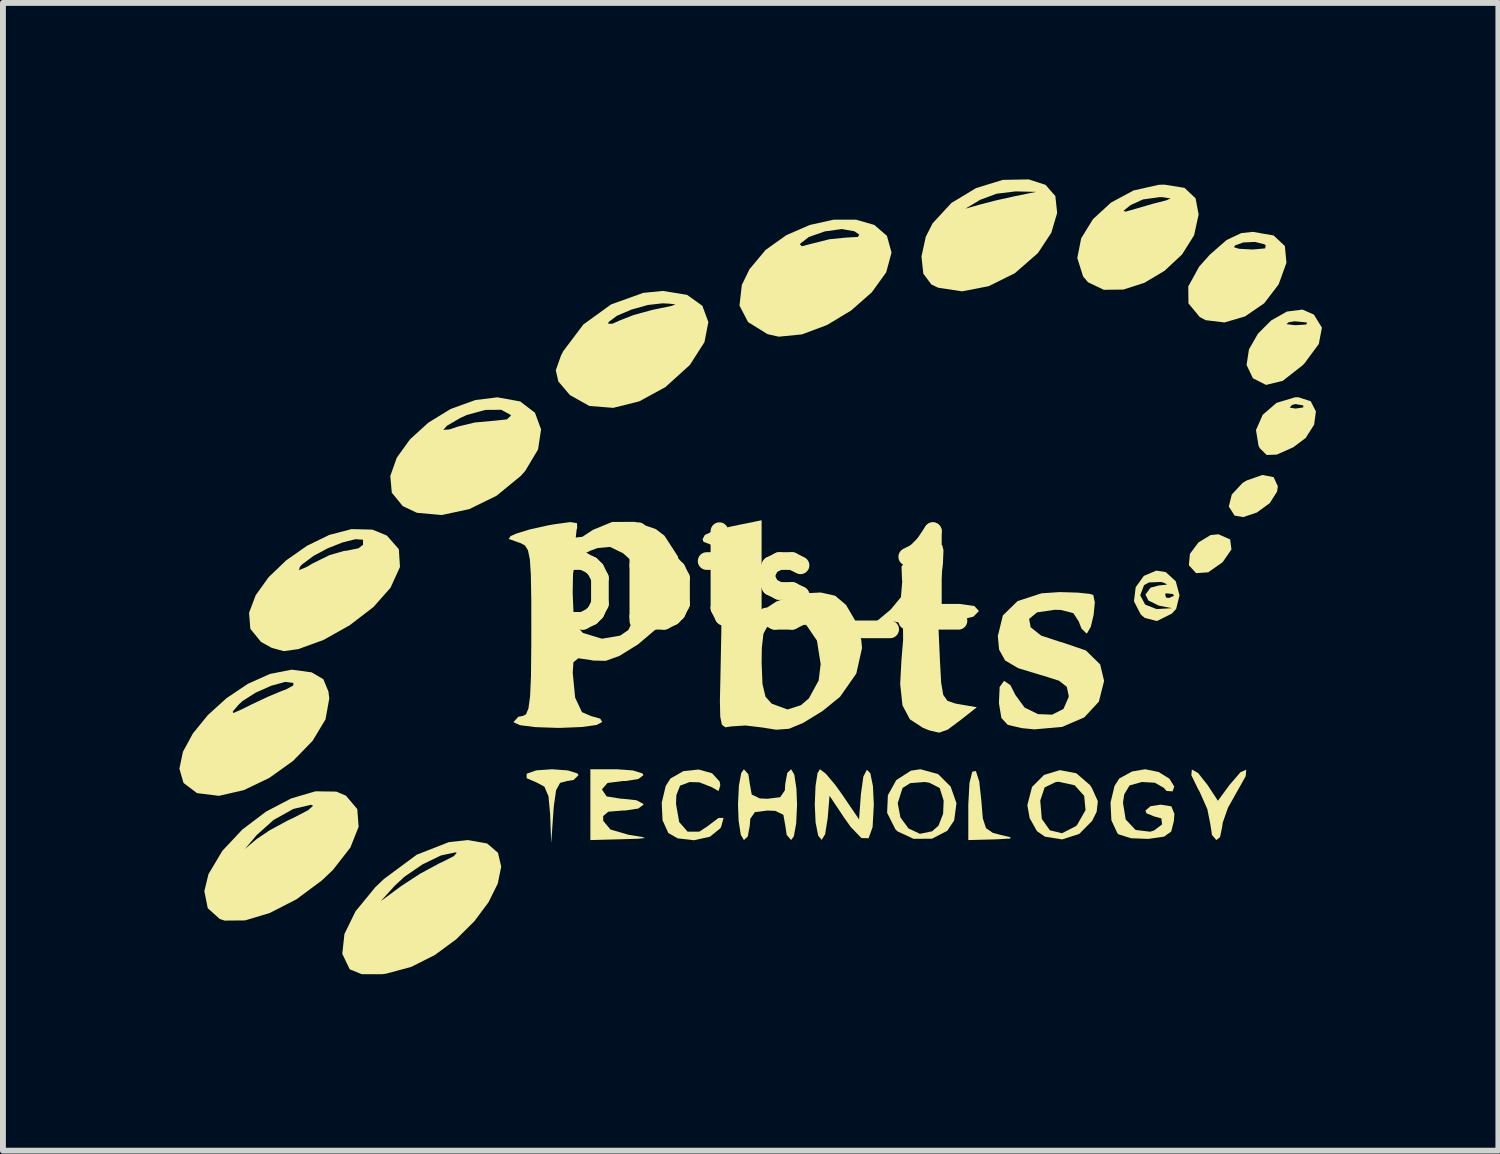
<source format=kicad_pcb>
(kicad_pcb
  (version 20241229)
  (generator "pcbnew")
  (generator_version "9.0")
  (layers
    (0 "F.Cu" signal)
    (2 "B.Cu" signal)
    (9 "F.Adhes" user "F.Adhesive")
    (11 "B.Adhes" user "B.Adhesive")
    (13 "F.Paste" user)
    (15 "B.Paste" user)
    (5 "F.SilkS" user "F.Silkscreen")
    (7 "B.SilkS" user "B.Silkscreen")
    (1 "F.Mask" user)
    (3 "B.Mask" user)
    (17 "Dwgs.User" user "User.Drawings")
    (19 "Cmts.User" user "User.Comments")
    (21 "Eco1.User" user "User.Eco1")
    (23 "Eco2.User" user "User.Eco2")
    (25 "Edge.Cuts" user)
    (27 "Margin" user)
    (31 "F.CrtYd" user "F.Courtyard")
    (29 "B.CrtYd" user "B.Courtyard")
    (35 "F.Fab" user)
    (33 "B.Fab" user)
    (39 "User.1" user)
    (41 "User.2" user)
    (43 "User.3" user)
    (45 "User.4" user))
  (footprint "pbts_1"
    (layer "F.Cu")
    (at 9.798 6.815)
    (property "Reference" "pbts_1" (at 0 0 0) (layer "F.SilkS") (effects (font (size 1.524 1.524) (thickness 0.3))))
    (attr board_only exclude_from_pos_files exclude_from_bom)
    (fp_poly (pts (xy 8.066 -0.693) (xy 8.088 -0.524) (xy 7.938 -0.307) (xy 7.693 -0.135) (xy 7.487 -0.121) (xy 7.364 -0.255) (xy 7.382 -0.449) (xy 7.526 -0.642) (xy 7.732 -0.768) (xy 7.868 -0.782)) (stroke (width 0) (type solid)) (fill yes) (layer "F.SilkS"))
    (fp_poly (pts (xy 8.805 -1.753) (xy 8.877 -1.597) (xy 8.864 -1.508) (xy 8.74 -1.312) (xy 8.521 -1.152) (xy 8.287 -1.074) (xy 8.141 -1.099) (xy 8.043 -1.254) (xy 8.094 -1.458) (xy 8.276 -1.653) (xy 8.343 -1.695) (xy 8.614 -1.79)) (stroke (width 0) (type solid)) (fill yes) (layer "F.SilkS"))
    (fp_poly (pts (xy 3.8 3.421) (xy 3.835 3.739) (xy 3.861 4.049) (xy 3.916 4.215) (xy 4.032 4.295) (xy 4.166 4.33) (xy 4.331 4.369) (xy 4.328 4.391) (xy 4.142 4.402) (xy 4.041 4.406) (xy 3.614 4.417) (xy 3.614 3.815) (xy 3.634 3.447) (xy 3.682 3.254) (xy 3.743 3.244)) (stroke (width 0) (type solid)) (fill yes) (layer "F.SilkS"))
    (fp_poly (pts (xy -3.194 3.233) (xy -3.033 3.283) (xy -3.012 3.313) (xy -3.096 3.395) (xy -3.207 3.413) (xy -3.326 3.445) (xy -3.394 3.57) (xy -3.432 3.837) (xy -3.44 3.941) (xy -3.477 4.468) (xy -3.495 3.981) (xy -3.523 3.673) (xy -3.592 3.51) (xy -3.715 3.443) (xy -3.894 3.365) (xy -3.894 3.289) (xy -3.732 3.232) (xy -3.464 3.213)) (stroke (width 0) (type solid)) (fill yes) (layer "F.SilkS"))
    (fp_poly (pts (xy 7.521 3.277) (xy 7.682 3.481) (xy 7.858 3.749) (xy 8.054 3.481) (xy 8.241 3.264) (xy 8.34 3.22) (xy 8.33 3.331) (xy 8.19 3.581) (xy 8.186 3.587) (xy 8.028 3.869) (xy 7.939 4.124) (xy 7.931 4.19) (xy 7.894 4.367) (xy 7.831 4.417) (xy 7.757 4.331) (xy 7.73 4.153) (xy 7.678 3.892) (xy 7.547 3.595) (xy 7.521 3.551) (xy 7.406 3.314) (xy 7.415 3.218)) (stroke (width 0) (type solid)) (fill yes) (layer "F.SilkS"))
    (fp_poly (pts (xy 9.435 -3.044) (xy 9.524 -2.871) (xy 9.494 -2.646) (xy 9.35 -2.419) (xy 9.139 -2.261) (xy 8.858 -2.136) (xy 8.686 -2.13) (xy 8.57 -2.245) (xy 8.549 -2.284) (xy 8.505 -2.554) (xy 8.62 -2.814) (xy 8.761 -2.935) (xy 9.079 -2.935) (xy 9.178 -2.919) (xy 9.308 -2.938) (xy 9.31 -2.972) (xy 9.175 -2.996) (xy 9.117 -2.98) (xy 9.079 -2.935) (xy 8.761 -2.935) (xy 8.853 -3.015) (xy 9.167 -3.11) (xy 9.224 -3.112)) (stroke (width 0) (type solid)) (fill yes) (layer "F.SilkS"))
    (fp_poly (pts (xy 1.192 3.289) (xy 1.356 3.484) (xy 1.467 3.639) (xy 1.757 4.066) (xy 1.788 3.639) (xy 1.83 3.338) (xy 1.889 3.222) (xy 1.948 3.28) (xy 1.993 3.499) (xy 2.008 3.815) (xy 1.987 4.197) (xy 1.919 4.386) (xy 1.797 4.383) (xy 1.615 4.194) (xy 1.506 4.04) (xy 1.255 3.664) (xy 1.224 4.041) (xy 1.18 4.319) (xy 1.121 4.414) (xy 1.062 4.341) (xy 1.018 4.117) (xy 1.004 3.815) (xy 1.017 3.497) (xy 1.051 3.279) (xy 1.091 3.213)) (stroke (width 0) (type solid)) (fill yes) (layer "F.SilkS"))
    (fp_poly (pts (xy 9.489 -4.517) (xy 9.626 -4.294) (xy 9.573 -4.017) (xy 9.331 -3.689) (xy 9.297 -3.654) (xy 8.961 -3.391) (xy 8.676 -3.321) (xy 8.453 -3.434) (xy 8.345 -3.66) (xy 8.386 -3.926) (xy 8.538 -4.191) (xy 8.701 -4.355) (xy 9.022 -4.355) (xy 9.155 -4.337) (xy 9.186 -4.337) (xy 9.358 -4.347) (xy 9.373 -4.379) (xy 9.364 -4.383) (xy 9.164 -4.403) (xy 9.063 -4.387) (xy 9.022 -4.355) (xy 8.701 -4.355) (xy 8.765 -4.418) (xy 9.03 -4.568) (xy 9.295 -4.602)) (stroke (width 0) (type solid)) (fill yes) (layer "F.SilkS"))
    (fp_poly (pts (xy -0.742 3.281) (xy -0.612 3.424) (xy -0.602 3.487) (xy -0.632 3.584) (xy -0.747 3.518) (xy -0.747 3.518) (xy -0.959 3.435) (xy -1.124 3.431) (xy -1.286 3.492) (xy -1.349 3.653) (xy -1.355 3.804) (xy -1.301 4.11) (xy -1.158 4.274) (xy -0.959 4.274) (xy -0.826 4.187) (xy -0.632 4.041) (xy -0.547 4.041) (xy -0.586 4.186) (xy -0.602 4.217) (xy -0.778 4.36) (xy -1.05 4.42) (xy -1.327 4.388) (xy -1.486 4.297) (xy -1.584 4.081) (xy -1.598 3.783) (xy -1.531 3.499) (xy -1.449 3.37) (xy -1.229 3.245) (xy -0.97 3.218)) (stroke (width 0) (type solid)) (fill yes) (layer "F.SilkS"))
    (fp_poly (pts (xy 8.804 -5.862) (xy 8.996 -5.683) (xy 9.023 -5.397) (xy 8.89 -5.03) (xy 8.645 -4.709) (xy 8.32 -4.486) (xy 7.97 -4.383) (xy 7.648 -4.422) (xy 7.548 -4.476) (xy 7.357 -4.707) (xy 7.354 -4.995) (xy 7.539 -5.332) (xy 7.719 -5.534) (xy 7.864 -5.661) (xy 8.132 -5.661) (xy 8.22 -5.635) (xy 8.434 -5.624) (xy 8.458 -5.624) (xy 8.661 -5.642) (xy 8.67 -5.696) (xy 8.648 -5.712) (xy 8.488 -5.752) (xy 8.289 -5.743) (xy 8.15 -5.693) (xy 8.132 -5.661) (xy 7.864 -5.661) (xy 8.006 -5.785) (xy 8.255 -5.902) (xy 8.452 -5.923)) (stroke (width 0) (type solid)) (fill yes) (layer "F.SilkS"))
    (fp_poly (pts (xy 3.102 3.296) (xy 3.314 3.508) (xy 3.413 3.79) (xy 3.374 4.083) (xy 3.256 4.26) (xy 2.996 4.394) (xy 2.683 4.396) (xy 2.412 4.27) (xy 2.375 4.234) (xy 2.234 3.954) (xy 2.241 3.79) (xy 2.414 3.79) (xy 2.46 4.032) (xy 2.598 4.219) (xy 2.791 4.311) (xy 2.999 4.268) (xy 3.107 4.172) (xy 3.186 3.97) (xy 3.195 3.746) (xy 3.128 3.532) (xy 2.951 3.442) (xy 2.872 3.43) (xy 2.628 3.449) (xy 2.497 3.531) (xy 2.414 3.79) (xy 2.241 3.79) (xy 2.247 3.655) (xy 2.39 3.397) (xy 2.639 3.237) (xy 2.801 3.213)) (stroke (width 0) (type solid)) (fill yes) (layer "F.SilkS"))
    (fp_poly (pts (xy 5.45 3.281) (xy 5.685 3.484) (xy 5.719 3.539) (xy 5.817 3.758) (xy 5.796 3.937) (xy 5.719 4.091) (xy 5.501 4.312) (xy 5.209 4.406) (xy 4.917 4.359) (xy 4.781 4.265) (xy 4.657 4.043) (xy 4.618 3.823) (xy 4.638 3.746) (xy 4.837 3.746) (xy 4.864 4.057) (xy 5.001 4.251) (xy 5.207 4.301) (xy 5.442 4.181) (xy 5.464 4.159) (xy 5.607 3.908) (xy 5.584 3.665) (xy 5.422 3.485) (xy 5.15 3.426) (xy 5.101 3.431) (xy 4.912 3.522) (xy 4.837 3.746) (xy 4.638 3.746) (xy 4.698 3.514) (xy 4.901 3.31) (xy 5.17 3.228)) (stroke (width 0) (type solid)) (fill yes) (layer "F.SilkS"))
    (fp_poly (pts (xy -2.09 3.233) (xy -1.928 3.283) (xy -1.908 3.313) (xy -1.996 3.379) (xy -2.213 3.413) (xy -2.259 3.413) (xy -2.519 3.446) (xy -2.61 3.55) (xy -2.61 3.564) (xy -2.534 3.675) (xy -2.291 3.714) (xy -2.259 3.715) (xy -2.027 3.74) (xy -1.911 3.802) (xy -1.908 3.815) (xy -1.996 3.881) (xy -2.214 3.914) (xy -2.266 3.915) (xy -2.507 3.935) (xy -2.594 4.01) (xy -2.592 4.091) (xy -2.469 4.238) (xy -2.162 4.327) (xy -2.158 4.328) (xy -1.937 4.363) (xy -1.882 4.383) (xy -2.006 4.395) (xy -2.284 4.403) (xy -2.811 4.417) (xy -2.811 3.213) (xy -2.359 3.213)) (stroke (width 0) (type solid)) (fill yes) (layer "F.SilkS"))
    (fp_poly (pts (xy 7.29 -6.671) (xy 7.478 -6.494) (xy 7.53 -6.219) (xy 7.453 -5.865) (xy 7.248 -5.539) (xy 6.953 -5.263) (xy 6.608 -5.057) (xy 6.25 -4.942) (xy 5.918 -4.938) (xy 5.65 -5.066) (xy 5.566 -5.165) (xy 5.467 -5.478) (xy 5.533 -5.813) (xy 5.733 -6.138) (xy 5.887 -6.28) (xy 6.253 -6.28) (xy 6.289 -6.267) (xy 6.475 -6.32) (xy 6.761 -6.403) (xy 6.977 -6.458) (xy 7.053 -6.491) (xy 6.93 -6.511) (xy 6.871 -6.514) (xy 6.582 -6.474) (xy 6.369 -6.376) (xy 6.253 -6.28) (xy 5.887 -6.28) (xy 6.039 -6.42) (xy 6.421 -6.626) (xy 6.85 -6.723) (xy 6.947 -6.726)) (stroke (width 0) (type solid)) (fill yes) (layer "F.SilkS"))
    (fp_poly (pts (xy 0.656 3.304) (xy 0.692 3.543) (xy 0.703 3.815) (xy 0.688 4.136) (xy 0.648 4.353) (xy 0.602 4.417) (xy 0.527 4.331) (xy 0.502 4.166) (xy 0.47 3.987) (xy 0.332 3.921) (xy 0.201 3.915) (xy -0.014 3.942) (xy -0.093 4.057) (xy -0.1 4.166) (xy -0.135 4.355) (xy -0.201 4.417) (xy -0.254 4.326) (xy -0.291 4.087) (xy -0.301 3.815) (xy -0.286 3.494) (xy -0.246 3.277) (xy -0.201 3.213) (xy -0.125 3.299) (xy -0.1 3.464) (xy -0.068 3.643) (xy 0.07 3.709) (xy 0.201 3.715) (xy 0.416 3.688) (xy 0.495 3.573) (xy 0.502 3.464) (xy 0.536 3.275) (xy 0.602 3.213)) (stroke (width 0) (type solid)) (fill yes) (layer "F.SilkS"))
    (fp_poly (pts (xy 4.926 -6.723) (xy 5.094 -6.532) (xy 5.125 -6.245) (xy 5.025 -5.907) (xy 4.799 -5.564) (xy 4.795 -5.56) (xy 4.405 -5.22) (xy 3.959 -4.999) (xy 3.509 -4.912) (xy 3.103 -4.973) (xy 2.987 -5.028) (xy 2.849 -5.213) (xy 2.818 -5.505) (xy 2.891 -5.839) (xy 3.007 -6.068) (xy 3.237 -6.317) (xy 3.564 -6.317) (xy 3.815 -6.388) (xy 4.094 -6.46) (xy 4.414 -6.531) (xy 4.417 -6.532) (xy 4.769 -6.603) (xy 4.417 -6.611) (xy 4.096 -6.572) (xy 3.816 -6.468) (xy 3.815 -6.468) (xy 3.564 -6.317) (xy 3.237 -6.317) (xy 3.328 -6.415) (xy 3.745 -6.667) (xy 4.2 -6.807) (xy 4.64 -6.815)) (stroke (width 0) (type solid)) (fill yes) (layer "F.SilkS"))
    (fp_poly (pts (xy 2.016 -6.041) (xy 2.231 -5.855) (xy 2.309 -5.571) (xy 2.218 -5.234) (xy 1.974 -4.896) (xy 1.623 -4.587) (xy 1.212 -4.339) (xy 0.786 -4.18) (xy 0.392 -4.141) (xy 0.201 -4.184) (xy -0.13 -4.389) (xy -0.276 -4.67) (xy -0.236 -5.021) (xy -0.106 -5.288) (xy 0.167 -5.615) (xy 0.308 -5.716) (xy 0.749 -5.716) (xy 0.783 -5.678) (xy 0.955 -5.723) (xy 1.255 -5.798) (xy 1.538 -5.826) (xy 1.738 -5.837) (xy 1.76 -5.877) (xy 1.678 -5.933) (xy 1.465 -5.971) (xy 1.175 -5.931) (xy 0.903 -5.836) (xy 0.749 -5.716) (xy 0.308 -5.716) (xy 0.521 -5.867) (xy 0.918 -6.04) (xy 1.324 -6.13) (xy 1.702 -6.131)) (stroke (width 0) (type solid)) (fill yes) (layer "F.SilkS"))
    (fp_poly (pts (xy -7.131 3.593) (xy -6.967 3.662) (xy -6.774 3.89) (xy -6.751 4.191) (xy -6.891 4.544) (xy -7.188 4.925) (xy -7.375 5.103) (xy -7.808 5.424) (xy -8.26 5.656) (xy -8.682 5.783) (xy -9.029 5.786) (xy -9.112 5.759) (xy -9.316 5.575) (xy -9.374 5.286) (xy -9.304 4.997) (xy -9.068 4.6) (xy -9.038 4.568) (xy -8.684 4.568) (xy -8.482 4.398) (xy -8.267 4.253) (xy -7.962 4.087) (xy -7.829 4.024) (xy -7.609 3.909) (xy -7.525 3.834) (xy -7.56 3.817) (xy -7.861 3.888) (xy -8.197 4.075) (xy -8.484 4.332) (xy -8.684 4.568) (xy -9.038 4.568) (xy -8.728 4.238) (xy -8.325 3.933) (xy -7.897 3.709) (xy -7.486 3.588)) (stroke (width 0) (type solid)) (fill yes) (layer "F.SilkS"))
    (fp_poly (pts (xy -4.004 -3.04) (xy -3.753 -2.848) (xy -3.649 -2.565) (xy -3.7 -2.225) (xy -3.918 -1.86) (xy -3.992 -1.776) (xy -4.407 -1.436) (xy -4.871 -1.209) (xy -5.338 -1.109) (xy -5.76 -1.147) (xy -6.001 -1.261) (xy -6.187 -1.489) (xy -6.213 -1.772) (xy -6.103 -2.082) (xy -5.879 -2.394) (xy -5.701 -2.557) (xy -5.311 -2.557) (xy -5.208 -2.564) (xy -5.063 -2.613) (xy -4.777 -2.682) (xy -4.455 -2.711) (xy -4.23 -2.735) (xy -4.161 -2.799) (xy -4.166 -2.811) (xy -4.326 -2.898) (xy -4.597 -2.896) (xy -4.911 -2.81) (xy -5.025 -2.758) (xy -5.249 -2.627) (xy -5.311 -2.557) (xy -5.701 -2.557) (xy -5.566 -2.679) (xy -5.187 -2.912) (xy -4.766 -3.064) (xy -4.392 -3.11)) (stroke (width 0) (type solid)) (fill yes) (layer "F.SilkS"))
    (fp_poly (pts (xy -4.566 4.475) (xy -4.382 4.633) (xy -4.327 4.868) (xy -4.385 5.156) (xy -4.542 5.473) (xy -4.783 5.797) (xy -5.092 6.104) (xy -5.455 6.371) (xy -5.856 6.573) (xy -6.282 6.688) (xy -6.346 6.697) (xy -6.699 6.697) (xy -6.902 6.614) (xy -7.029 6.351) (xy -6.992 6.013) (xy -6.803 5.627) (xy -6.662 5.456) (xy -6.375 5.456) (xy -6.024 5.197) (xy -5.704 4.988) (xy -5.372 4.809) (xy -5.321 4.786) (xy -5.132 4.69) (xy -5.083 4.633) (xy -5.105 4.626) (xy -5.35 4.678) (xy -5.664 4.83) (xy -5.97 5.039) (xy -6.137 5.193) (xy -6.375 5.456) (xy -6.662 5.456) (xy -6.469 5.22) (xy -6.32 5.078) (xy -5.763 4.666) (xy -5.217 4.452) (xy -4.892 4.417)) (stroke (width 0) (type solid)) (fill yes) (layer "F.SilkS"))
    (fp_poly (pts (xy -1.167 -4.852) (xy -0.907 -4.666) (xy -0.805 -4.39) (xy -0.871 -4.049) (xy -1.114 -3.669) (xy -1.129 -3.652) (xy -1.534 -3.285) (xy -1.979 -3.042) (xy -2.423 -2.931) (xy -2.828 -2.963) (xy -3.155 -3.146) (xy -3.167 -3.158) (xy -3.355 -3.379) (xy -3.399 -3.57) (xy -3.311 -3.819) (xy -3.272 -3.895) (xy -2.93 -4.349) (xy -2.913 -4.361) (xy -2.51 -4.361) (xy -2.436 -4.361) (xy -2.304 -4.42) (xy -2.074 -4.51) (xy -1.76 -4.596) (xy -1.677 -4.613) (xy -1.427 -4.665) (xy -1.364 -4.691) (xy -1.476 -4.703) (xy -1.586 -4.708) (xy -1.834 -4.68) (xy -2.115 -4.601) (xy -2.359 -4.497) (xy -2.499 -4.392) (xy -2.51 -4.361) (xy -2.913 -4.361) (xy -2.458 -4.69) (xy -1.912 -4.886) (xy -1.577 -4.919)) (stroke (width 0) (type solid)) (fill yes) (layer "F.SilkS"))
    (fp_poly (pts (xy -7.549 1.566) (xy -7.351 1.682) (xy -7.264 1.892) (xy -7.25 2.01) (xy -7.314 2.365) (xy -7.533 2.729) (xy -7.865 3.071) (xy -8.269 3.36) (xy -8.703 3.568) (xy -9.124 3.665) (xy -9.491 3.62) (xy -9.504 3.615) (xy -9.728 3.446) (xy -9.798 3.204) (xy -9.738 2.916) (xy -9.568 2.603) (xy -9.313 2.291) (xy -9.246 2.23) (xy -8.89 2.23) (xy -8.883 2.258) (xy -8.739 2.195) (xy -8.575 2.113) (xy -8.284 1.976) (xy -8.042 1.876) (xy -7.992 1.859) (xy -7.863 1.79) (xy -7.86 1.745) (xy -7.999 1.728) (xy -8.236 1.793) (xy -8.502 1.911) (xy -8.726 2.054) (xy -8.788 2.112) (xy -8.89 2.23) (xy -9.246 2.23) (xy -8.995 2.003) (xy -8.636 1.762) (xy -8.26 1.593) (xy -7.889 1.52)) (stroke (width 0) (type solid)) (fill yes) (layer "F.SilkS"))
    (fp_poly (pts (xy -6.517 -0.861) (xy -6.271 -0.76) (xy -6.067 -0.528) (xy -6.048 -0.226) (xy -6.209 0.128) (xy -6.499 0.455) (xy -6.9 0.763) (xy -7.348 1.015) (xy -7.778 1.171) (xy -8.024 1.205) (xy -8.227 1.15) (xy -8.411 1.048) (xy -8.592 0.826) (xy -8.614 0.554) (xy -8.501 0.254) (xy -8.282 -0.051) (xy -8.157 -0.171) (xy -7.766 -0.171) (xy -7.633 -0.227) (xy -7.527 -0.289) (xy -7.247 -0.427) (xy -6.999 -0.499) (xy -6.958 -0.502) (xy -6.756 -0.543) (xy -6.676 -0.602) (xy -6.676 -0.689) (xy -6.806 -0.698) (xy -7.021 -0.644) (xy -7.275 -0.544) (xy -7.52 -0.413) (xy -7.712 -0.269) (xy -7.748 -0.23) (xy -7.766 -0.171) (xy -8.157 -0.171) (xy -7.982 -0.339) (xy -7.629 -0.586) (xy -7.25 -0.771) (xy -6.87 -0.87)) (stroke (width 0) (type solid)) (fill yes) (layer "F.SilkS"))
    (fp_poly (pts (xy 6.85 3.26) (xy 7.034 3.374) (xy 7.116 3.508) (xy 7.087 3.589) (xy 6.984 3.582) (xy 6.936 3.528) (xy 6.785 3.442) (xy 6.565 3.43) (xy 6.356 3.488) (xy 6.265 3.64) (xy 6.244 3.783) (xy 6.29 4.067) (xy 6.458 4.245) (xy 6.704 4.275) (xy 6.769 4.256) (xy 6.909 4.151) (xy 6.896 4.049) (xy 6.777 4.016) (xy 6.643 3.962) (xy 6.626 3.915) (xy 6.712 3.841) (xy 6.884 3.815) (xy 7.067 3.844) (xy 7.118 3.972) (xy 7.11 4.091) (xy 7.064 4.272) (xy 6.942 4.359) (xy 6.682 4.396) (xy 6.676 4.397) (xy 6.381 4.386) (xy 6.173 4.321) (xy 6.149 4.301) (xy 6.047 4.082) (xy 6.032 3.781) (xy 6.1 3.496) (xy 6.181 3.37) (xy 6.398 3.251) (xy 6.621 3.213)) (stroke (width 0) (type solid)) (fill yes) (layer "F.SilkS"))
    (fp_poly (pts (xy 6.971 -0.139) (xy 7.141 0.017) (xy 7.205 0.256) (xy 7.148 0.487) (xy 7.073 0.568) (xy 6.82 0.693) (xy 6.614 0.64) (xy 6.546 0.582) (xy 6.431 0.358) (xy 6.443 0.255) (xy 6.537 0.255) (xy 6.621 0.414) (xy 6.813 0.489) (xy 6.849 0.488) (xy 7.078 0.475) (xy 6.852 0.431) (xy 6.675 0.343) (xy 6.626 0.244) (xy 6.633 0.234) (xy 6.961 0.234) (xy 6.975 0.294) (xy 7.028 0.301) (xy 7.11 0.264) (xy 7.095 0.234) (xy 6.975 0.222) (xy 6.961 0.234) (xy 6.633 0.234) (xy 6.711 0.127) (xy 6.852 0.089) (xy 6.994 0.074) (xy 6.945 0.044) (xy 6.892 0.029) (xy 6.685 0.037) (xy 6.602 0.084) (xy 6.537 0.255) (xy 6.443 0.255) (xy 6.46 0.119) (xy 6.598 -0.074) (xy 6.81 -0.164)) (stroke (width 0) (type solid)) (fill yes) (layer "F.SilkS"))
    (fp_poly (pts (xy 3.192 -0.513) (xy 3.183 -0.285) (xy 3.162 -0.1) (xy 3.093 0.402) (xy 3.463 0.402) (xy 3.717 0.438) (xy 3.795 0.523) (xy 3.702 0.618) (xy 3.442 0.683) (xy 3.426 0.684) (xy 3.103 0.716) (xy 3.133 1.386) (xy 3.153 1.744) (xy 3.188 1.949) (xy 3.26 2.05) (xy 3.391 2.095) (xy 3.461 2.108) (xy 3.759 2.159) (xy 3.472 2.385) (xy 3.262 2.541) (xy 3.118 2.591) (xy 2.953 2.553) (xy 2.843 2.509) (xy 2.621 2.364) (xy 2.495 2.127) (xy 2.456 1.763) (xy 2.477 1.367) (xy 2.506 1.013) (xy 2.504 0.814) (xy 2.457 0.725) (xy 2.354 0.701) (xy 2.299 0.699) (xy 2.058 0.696) (xy 2.295 0.498) (xy 2.469 0.287) (xy 2.491 0.019) (xy 2.487 -0.012) (xy 2.479 -0.233) (xy 2.575 -0.365) (xy 2.773 -0.463) (xy 3.01 -0.556) (xy 3.159 -0.601) (xy 3.169 -0.602)) (stroke (width 0) (type solid)) (fill yes) (layer "F.SilkS"))
    (fp_poly (pts (xy 5.472 0.21) (xy 5.683 0.232) (xy 5.739 0.25) (xy 5.765 0.377) (xy 5.745 0.588) (xy 5.696 0.793) (xy 5.633 0.901) (xy 5.622 0.904) (xy 5.538 0.82) (xy 5.493 0.703) (xy 5.4 0.559) (xy 5.187 0.505) (xy 5.085 0.502) (xy 4.783 0.546) (xy 4.648 0.657) (xy 4.674 0.799) (xy 4.853 0.941) (xy 5.178 1.048) (xy 5.199 1.052) (xy 5.614 1.194) (xy 5.856 1.431) (xy 5.923 1.711) (xy 5.834 2.064) (xy 5.586 2.331) (xy 5.21 2.493) (xy 4.736 2.535) (xy 4.518 2.513) (xy 4.284 2.458) (xy 4.177 2.342) (xy 4.136 2.097) (xy 4.135 2.083) (xy 4.147 1.815) (xy 4.222 1.71) (xy 4.331 1.784) (xy 4.414 1.949) (xy 4.571 2.164) (xy 4.799 2.276) (xy 5.039 2.285) (xy 5.232 2.188) (xy 5.32 1.986) (xy 5.321 1.963) (xy 5.288 1.811) (xy 5.156 1.708) (xy 4.877 1.619) (xy 4.845 1.611) (xy 4.463 1.495) (xy 4.24 1.364) (xy 4.138 1.18) (xy 4.116 0.949) (xy 4.202 0.598) (xy 4.452 0.354) (xy 4.858 0.222) (xy 5.167 0.201)) (stroke (width 0) (type solid)) (fill yes) (layer "F.SilkS"))
    (fp_poly (pts (xy 0.1 0.525) (xy 0.348 0.363) (xy 0.699 0.229) (xy 1.106 0.208) (xy 1.351 0.263) (xy 1.536 0.42) (xy 1.698 0.698) (xy 1.795 1.018) (xy 1.807 1.155) (xy 1.71 1.586) (xy 1.434 1.981) (xy 1.136 2.223) (xy 0.807 2.425) (xy 0.567 2.525) (xy 0.346 2.541) (xy 0.118 2.504) (xy -0.176 2.469) (xy -0.418 2.485) (xy -0.419 2.485) (xy -0.516 2.5) (xy -0.575 2.456) (xy -0.603 2.319) (xy -0.609 2.051) (xy -0.6 1.646) (xy -0.595 1.397) (xy 0.1 1.397) (xy 0.115 1.764) (xy 0.167 1.981) (xy 0.27 2.096) (xy 0.276 2.1) (xy 0.541 2.197) (xy 0.769 2.124) (xy 0.904 2.008) (xy 1.07 1.704) (xy 1.104 1.425) (xy 1.041 1.026) (xy 0.864 0.766) (xy 0.594 0.666) (xy 0.326 0.713) (xy 0.199 0.783) (xy 0.131 0.91) (xy 0.104 1.147) (xy 0.1 1.397) (xy -0.595 1.397) (xy -0.585 0.884) (xy -0.583 0.303) (xy -0.597 -0.117) (xy -0.628 -0.395) (xy -0.678 -0.55) (xy -0.746 -0.602) (xy -0.753 -0.602) (xy -0.887 -0.653) (xy -0.904 -0.696) (xy -0.865 -0.77) (xy -0.723 -0.837) (xy -0.441 -0.909) (xy -0.226 -0.954) (xy 0.1 -1.02)) (stroke (width 0) (type solid)) (fill yes) (layer "F.SilkS"))
    (fp_poly (pts (xy -1.699 -0.87) (xy -1.552 -0.758) (xy -1.322 -0.403) (xy -1.27 -0.003) (xy -1.387 0.411) (xy -1.667 0.807) (xy -2.001 1.09) (xy -2.317 1.286) (xy -2.549 1.37) (xy -2.766 1.365) (xy -2.802 1.357) (xy -3.016 1.326) (xy -3.099 1.394) (xy -3.111 1.573) (xy -3.07 1.995) (xy -2.954 2.242) (xy -2.799 2.309) (xy -2.643 2.353) (xy -2.61 2.409) (xy -2.704 2.46) (xy -2.957 2.495) (xy -3.328 2.51) (xy -3.363 2.51) (xy -3.743 2.497) (xy -4.007 2.464) (xy -4.116 2.414) (xy -4.116 2.409) (xy -4.035 2.32) (xy -3.966 2.309) (xy -3.906 2.281) (xy -3.864 2.179) (xy -3.836 1.974) (xy -3.821 1.637) (xy -3.816 1.14) (xy -3.815 0.865) (xy -3.816 0.3) (xy -3.818 0.208) (xy -3.112 0.208) (xy -3.097 0.571) (xy -3.041 0.785) (xy -2.937 0.896) (xy -2.613 0.994) (xy -2.304 0.941) (xy -2.166 0.846) (xy -2.051 0.611) (xy -2.008 0.223) (xy -2.008 0.196) (xy -2.025 -0.123) (xy -2.096 -0.315) (xy -2.247 -0.453) (xy -2.259 -0.461) (xy -2.477 -0.567) (xy -2.688 -0.548) (xy -2.812 -0.502) (xy -2.981 -0.418) (xy -3.071 -0.306) (xy -3.106 -0.109) (xy -3.112 0.208) (xy -3.818 0.208) (xy -3.823 -0.096) (xy -3.84 -0.356) (xy -3.872 -0.51) (xy -3.924 -0.592) (xy -4.001 -0.633) (xy -4.041 -0.646) (xy -4.198 -0.702) (xy -4.169 -0.75) (xy -4.066 -0.795) (xy -3.842 -0.864) (xy -3.527 -0.934) (xy -3.423 -0.952) (xy -3.154 -0.989) (xy -3.039 -0.971) (xy -3.035 -0.888) (xy -3.044 -0.865) (xy -3.06 -0.726) (xy -2.947 -0.739) (xy -2.767 -0.857) (xy -2.441 -0.991) (xy -2.057 -0.993)) (stroke (width 0) (type solid)) (fill yes) (layer "F.SilkS")))
  (gr_rect
    (start -3 -3)
    (end 22.424 16.513)
    (stroke (width 0.1) (type default))
    (fill no)
    (layer "Edge.Cuts")))
</source>
